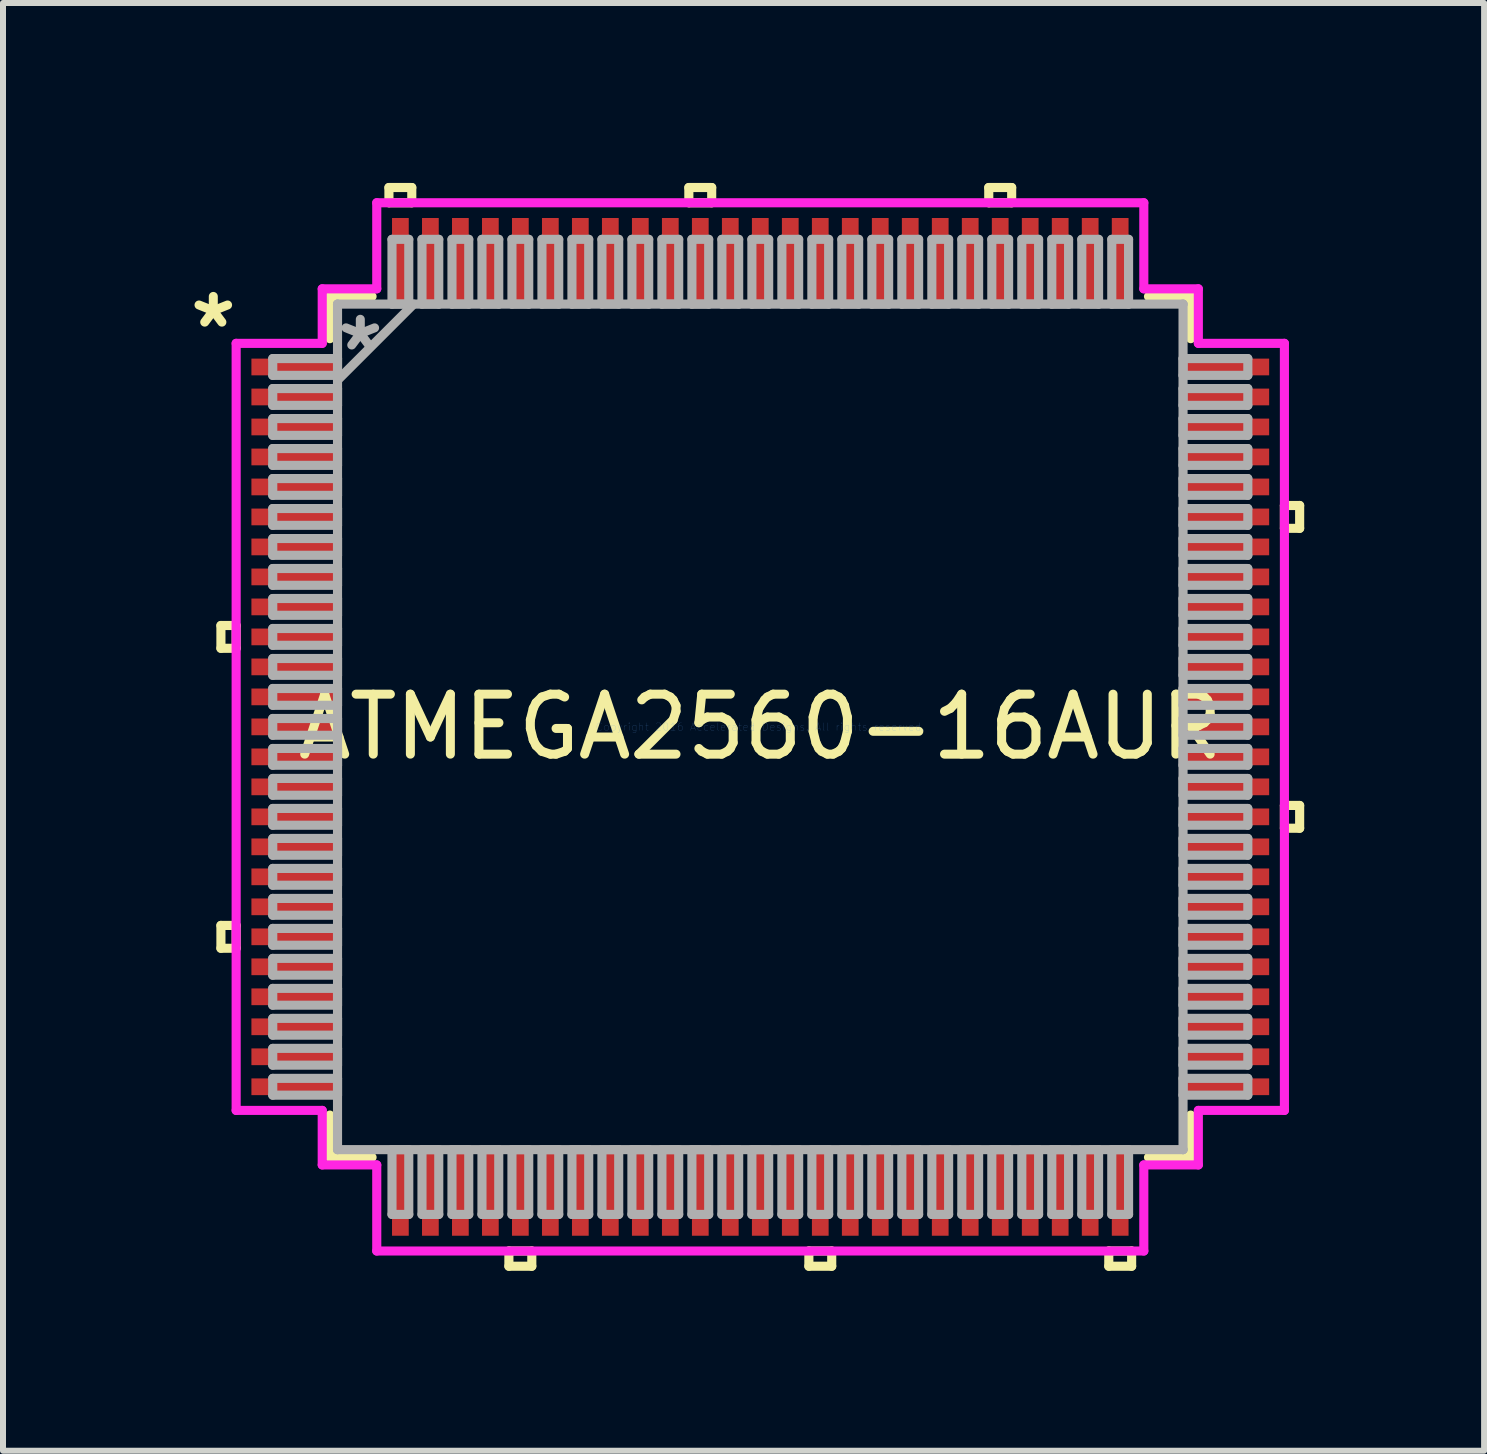
<source format=kicad_pcb>
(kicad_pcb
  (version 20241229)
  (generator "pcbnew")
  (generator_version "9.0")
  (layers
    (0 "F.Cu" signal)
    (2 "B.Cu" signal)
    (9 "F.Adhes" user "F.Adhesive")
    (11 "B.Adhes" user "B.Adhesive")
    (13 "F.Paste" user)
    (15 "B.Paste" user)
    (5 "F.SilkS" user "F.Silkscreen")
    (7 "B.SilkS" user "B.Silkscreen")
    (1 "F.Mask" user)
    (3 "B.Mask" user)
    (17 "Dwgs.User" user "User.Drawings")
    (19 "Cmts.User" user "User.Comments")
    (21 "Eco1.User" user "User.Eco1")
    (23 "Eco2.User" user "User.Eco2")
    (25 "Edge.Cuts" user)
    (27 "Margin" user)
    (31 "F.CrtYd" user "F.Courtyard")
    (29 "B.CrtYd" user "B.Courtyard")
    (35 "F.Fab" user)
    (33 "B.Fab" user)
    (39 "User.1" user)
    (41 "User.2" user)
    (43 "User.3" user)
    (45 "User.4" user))
  (footprint "ATMEGA2560-16AUR"
    (layer "F.Cu")
    (at 9.625 9.068)
    (property "Reference" "ATMEGA2560-16AUR" (at 0 0 0) (layer "F.SilkS") (effects (font (size 1 1) (thickness 0.15))))
    (attr through_hole)
    (fp_line (start -8.992 -1.69) (end -8.992 -1.31) (stroke (width 0.152) (type solid)) (layer "F.SilkS"))
    (fp_line (start -8.992 -1.31) (end -8.738 -1.31) (stroke (width 0.152) (type solid)) (layer "F.SilkS"))
    (fp_line (start -8.992 3.31) (end -8.992 3.691) (stroke (width 0.152) (type solid)) (layer "F.SilkS"))
    (fp_line (start -8.992 3.691) (end -8.738 3.691) (stroke (width 0.152) (type solid)) (layer "F.SilkS"))
    (fp_line (start -8.738 -1.69) (end -8.992 -1.69) (stroke (width 0.152) (type solid)) (layer "F.SilkS"))
    (fp_line (start -8.738 -1.31) (end -8.738 -1.69) (stroke (width 0.152) (type solid)) (layer "F.SilkS"))
    (fp_line (start -8.738 3.31) (end -8.992 3.31) (stroke (width 0.152) (type solid)) (layer "F.SilkS"))
    (fp_line (start -8.738 3.691) (end -8.738 3.31) (stroke (width 0.152) (type solid)) (layer "F.SilkS"))
    (fp_line (start -7.176 -7.176) (end -7.176 -6.472) (stroke (width 0.152) (type solid)) (layer "F.SilkS"))
    (fp_line (start -7.176 6.472) (end -7.176 7.176) (stroke (width 0.152) (type solid)) (layer "F.SilkS"))
    (fp_line (start -7.176 7.176) (end -6.472 7.176) (stroke (width 0.152) (type solid)) (layer "F.SilkS"))
    (fp_line (start -6.472 -7.176) (end -7.176 -7.176) (stroke (width 0.152) (type solid)) (layer "F.SilkS"))
    (fp_line (start -6.191 -8.992) (end -5.81 -8.992) (stroke (width 0.152) (type solid)) (layer "F.SilkS"))
    (fp_line (start -6.191 -8.738) (end -6.191 -8.992) (stroke (width 0.152) (type solid)) (layer "F.SilkS"))
    (fp_line (start -5.81 -8.992) (end -5.81 -8.738) (stroke (width 0.152) (type solid)) (layer "F.SilkS"))
    (fp_line (start -5.81 -8.738) (end -6.191 -8.738) (stroke (width 0.152) (type solid)) (layer "F.SilkS"))
    (fp_line (start -4.191 8.738) (end -4.191 8.992) (stroke (width 0.152) (type solid)) (layer "F.SilkS"))
    (fp_line (start -4.191 8.992) (end -3.809 8.992) (stroke (width 0.152) (type solid)) (layer "F.SilkS"))
    (fp_line (start -3.809 8.738) (end -4.191 8.738) (stroke (width 0.152) (type solid)) (layer "F.SilkS"))
    (fp_line (start -3.809 8.992) (end -3.809 8.738) (stroke (width 0.152) (type solid)) (layer "F.SilkS"))
    (fp_line (start -1.191 -8.992) (end -0.81 -8.992) (stroke (width 0.152) (type solid)) (layer "F.SilkS"))
    (fp_line (start -1.191 -8.738) (end -1.191 -8.992) (stroke (width 0.152) (type solid)) (layer "F.SilkS"))
    (fp_line (start -0.81 -8.992) (end -0.81 -8.738) (stroke (width 0.152) (type solid)) (layer "F.SilkS"))
    (fp_line (start -0.81 -8.738) (end -1.191 -8.738) (stroke (width 0.152) (type solid)) (layer "F.SilkS"))
    (fp_line (start 0.81 8.738) (end 0.81 8.992) (stroke (width 0.152) (type solid)) (layer "F.SilkS"))
    (fp_line (start 0.81 8.992) (end 1.191 8.992) (stroke (width 0.152) (type solid)) (layer "F.SilkS"))
    (fp_line (start 1.191 8.738) (end 0.81 8.738) (stroke (width 0.152) (type solid)) (layer "F.SilkS"))
    (fp_line (start 1.191 8.992) (end 1.191 8.738) (stroke (width 0.152) (type solid)) (layer "F.SilkS"))
    (fp_line (start 3.809 -8.992) (end 4.191 -8.992) (stroke (width 0.152) (type solid)) (layer "F.SilkS"))
    (fp_line (start 3.809 -8.738) (end 3.809 -8.992) (stroke (width 0.152) (type solid)) (layer "F.SilkS"))
    (fp_line (start 4.191 -8.992) (end 4.191 -8.738) (stroke (width 0.152) (type solid)) (layer "F.SilkS"))
    (fp_line (start 4.191 -8.738) (end 3.809 -8.738) (stroke (width 0.152) (type solid)) (layer "F.SilkS"))
    (fp_line (start 5.81 8.738) (end 5.81 8.992) (stroke (width 0.152) (type solid)) (layer "F.SilkS"))
    (fp_line (start 5.81 8.992) (end 6.191 8.992) (stroke (width 0.152) (type solid)) (layer "F.SilkS"))
    (fp_line (start 6.191 8.738) (end 5.81 8.738) (stroke (width 0.152) (type solid)) (layer "F.SilkS"))
    (fp_line (start 6.191 8.992) (end 6.191 8.738) (stroke (width 0.152) (type solid)) (layer "F.SilkS"))
    (fp_line (start 6.472 7.176) (end 7.176 7.176) (stroke (width 0.152) (type solid)) (layer "F.SilkS"))
    (fp_line (start 7.176 -7.176) (end 6.472 -7.176) (stroke (width 0.152) (type solid)) (layer "F.SilkS"))
    (fp_line (start 7.176 -6.472) (end 7.176 -7.176) (stroke (width 0.152) (type solid)) (layer "F.SilkS"))
    (fp_line (start 7.176 7.176) (end 7.176 6.472) (stroke (width 0.152) (type solid)) (layer "F.SilkS"))
    (fp_line (start 8.738 -3.691) (end 8.992 -3.691) (stroke (width 0.152) (type solid)) (layer "F.SilkS"))
    (fp_line (start 8.738 -3.31) (end 8.738 -3.691) (stroke (width 0.152) (type solid)) (layer "F.SilkS"))
    (fp_line (start 8.738 1.31) (end 8.992 1.31) (stroke (width 0.152) (type solid)) (layer "F.SilkS"))
    (fp_line (start 8.738 1.69) (end 8.738 1.31) (stroke (width 0.152) (type solid)) (layer "F.SilkS"))
    (fp_line (start 8.992 -3.691) (end 8.992 -3.31) (stroke (width 0.152) (type solid)) (layer "F.SilkS"))
    (fp_line (start 8.992 -3.31) (end 8.738 -3.31) (stroke (width 0.152) (type solid)) (layer "F.SilkS"))
    (fp_line (start 8.992 1.31) (end 8.992 1.69) (stroke (width 0.152) (type solid)) (layer "F.SilkS"))
    (fp_line (start 8.992 1.69) (end 8.738 1.69) (stroke (width 0.152) (type solid)) (layer "F.SilkS"))
    (fp_line (start -8.738 -6.394) (end -7.303 -6.394) (stroke (width 0.152) (type solid)) (layer "F.CrtYd"))
    (fp_line (start -8.738 6.394) (end -8.738 -6.394) (stroke (width 0.152) (type solid)) (layer "F.CrtYd"))
    (fp_line (start -7.303 -7.303) (end -6.394 -7.303) (stroke (width 0.152) (type solid)) (layer "F.CrtYd"))
    (fp_line (start -7.303 -6.394) (end -7.303 -7.303) (stroke (width 0.152) (type solid)) (layer "F.CrtYd"))
    (fp_line (start -7.303 6.394) (end -8.738 6.394) (stroke (width 0.152) (type solid)) (layer "F.CrtYd"))
    (fp_line (start -7.303 7.303) (end -7.303 6.394) (stroke (width 0.152) (type solid)) (layer "F.CrtYd"))
    (fp_line (start -6.394 -8.738) (end 6.394 -8.738) (stroke (width 0.152) (type solid)) (layer "F.CrtYd"))
    (fp_line (start -6.394 -7.303) (end -6.394 -8.738) (stroke (width 0.152) (type solid)) (layer "F.CrtYd"))
    (fp_line (start -6.394 7.303) (end -7.303 7.303) (stroke (width 0.152) (type solid)) (layer "F.CrtYd"))
    (fp_line (start -6.394 8.738) (end -6.394 7.303) (stroke (width 0.152) (type solid)) (layer "F.CrtYd"))
    (fp_line (start 6.394 -8.738) (end 6.394 -7.303) (stroke (width 0.152) (type solid)) (layer "F.CrtYd"))
    (fp_line (start 6.394 -7.303) (end 7.303 -7.303) (stroke (width 0.152) (type solid)) (layer "F.CrtYd"))
    (fp_line (start 6.394 7.303) (end 6.394 8.738) (stroke (width 0.152) (type solid)) (layer "F.CrtYd"))
    (fp_line (start 6.394 8.738) (end -6.394 8.738) (stroke (width 0.152) (type solid)) (layer "F.CrtYd"))
    (fp_line (start 7.303 -7.303) (end 7.303 -6.394) (stroke (width 0.152) (type solid)) (layer "F.CrtYd"))
    (fp_line (start 7.303 -6.394) (end 8.738 -6.394) (stroke (width 0.152) (type solid)) (layer "F.CrtYd"))
    (fp_line (start 7.303 6.394) (end 7.303 7.303) (stroke (width 0.152) (type solid)) (layer "F.CrtYd"))
    (fp_line (start 7.303 7.303) (end 6.394 7.303) (stroke (width 0.152) (type solid)) (layer "F.CrtYd"))
    (fp_line (start 8.738 -6.394) (end 8.738 6.394) (stroke (width 0.152) (type solid)) (layer "F.CrtYd"))
    (fp_line (start 8.738 6.394) (end 7.303 6.394) (stroke (width 0.152) (type solid)) (layer "F.CrtYd"))
    (fp_line (start -8.128 -6.14) (end -8.128 -5.86) (stroke (width 0.152) (type solid)) (layer "F.Fab"))
    (fp_line (start -8.128 -5.86) (end -7.048 -5.86) (stroke (width 0.152) (type solid)) (layer "F.Fab"))
    (fp_line (start -8.128 -5.64) (end -8.128 -5.36) (stroke (width 0.152) (type solid)) (layer "F.Fab"))
    (fp_line (start -8.128 -5.36) (end -7.048 -5.36) (stroke (width 0.152) (type solid)) (layer "F.Fab"))
    (fp_line (start -8.128 -5.14) (end -8.128 -4.86) (stroke (width 0.152) (type solid)) (layer "F.Fab"))
    (fp_line (start -8.128 -4.86) (end -7.048 -4.86) (stroke (width 0.152) (type solid)) (layer "F.Fab"))
    (fp_line (start -8.128 -4.64) (end -8.128 -4.36) (stroke (width 0.152) (type solid)) (layer "F.Fab"))
    (fp_line (start -8.128 -4.36) (end -7.048 -4.36) (stroke (width 0.152) (type solid)) (layer "F.Fab"))
    (fp_line (start -8.128 -4.14) (end -8.128 -3.86) (stroke (width 0.152) (type solid)) (layer "F.Fab"))
    (fp_line (start -8.128 -3.86) (end -7.048 -3.86) (stroke (width 0.152) (type solid)) (layer "F.Fab"))
    (fp_line (start -8.128 -3.64) (end -8.128 -3.36) (stroke (width 0.152) (type solid)) (layer "F.Fab"))
    (fp_line (start -8.128 -3.36) (end -7.048 -3.36) (stroke (width 0.152) (type solid)) (layer "F.Fab"))
    (fp_line (start -8.128 -3.14) (end -8.128 -2.86) (stroke (width 0.152) (type solid)) (layer "F.Fab"))
    (fp_line (start -8.128 -2.86) (end -7.048 -2.86) (stroke (width 0.152) (type solid)) (layer "F.Fab"))
    (fp_line (start -8.128 -2.64) (end -8.128 -2.36) (stroke (width 0.152) (type solid)) (layer "F.Fab"))
    (fp_line (start -8.128 -2.36) (end -7.048 -2.36) (stroke (width 0.152) (type solid)) (layer "F.Fab"))
    (fp_line (start -8.128 -2.14) (end -8.128 -1.86) (stroke (width 0.152) (type solid)) (layer "F.Fab"))
    (fp_line (start -8.128 -1.86) (end -7.048 -1.86) (stroke (width 0.152) (type solid)) (layer "F.Fab"))
    (fp_line (start -8.128 -1.64) (end -8.128 -1.36) (stroke (width 0.152) (type solid)) (layer "F.Fab"))
    (fp_line (start -8.128 -1.36) (end -7.048 -1.36) (stroke (width 0.152) (type solid)) (layer "F.Fab"))
    (fp_line (start -8.128 -1.14) (end -8.128 -0.86) (stroke (width 0.152) (type solid)) (layer "F.Fab"))
    (fp_line (start -8.128 -0.86) (end -7.048 -0.86) (stroke (width 0.152) (type solid)) (layer "F.Fab"))
    (fp_line (start -8.128 -0.64) (end -8.128 -0.36) (stroke (width 0.152) (type solid)) (layer "F.Fab"))
    (fp_line (start -8.128 -0.36) (end -7.048 -0.36) (stroke (width 0.152) (type solid)) (layer "F.Fab"))
    (fp_line (start -8.128 -0.14) (end -8.128 0.14) (stroke (width 0.152) (type solid)) (layer "F.Fab"))
    (fp_line (start -8.128 0.14) (end -7.048 0.14) (stroke (width 0.152) (type solid)) (layer "F.Fab"))
    (fp_line (start -8.128 0.36) (end -8.128 0.64) (stroke (width 0.152) (type solid)) (layer "F.Fab"))
    (fp_line (start -8.128 0.64) (end -7.048 0.64) (stroke (width 0.152) (type solid)) (layer "F.Fab"))
    (fp_line (start -8.128 0.86) (end -8.128 1.14) (stroke (width 0.152) (type solid)) (layer "F.Fab"))
    (fp_line (start -8.128 1.14) (end -7.048 1.14) (stroke (width 0.152) (type solid)) (layer "F.Fab"))
    (fp_line (start -8.128 1.36) (end -8.128 1.64) (stroke (width 0.152) (type solid)) (layer "F.Fab"))
    (fp_line (start -8.128 1.64) (end -7.048 1.64) (stroke (width 0.152) (type solid)) (layer "F.Fab"))
    (fp_line (start -8.128 1.86) (end -8.128 2.14) (stroke (width 0.152) (type solid)) (layer "F.Fab"))
    (fp_line (start -8.128 2.14) (end -7.048 2.14) (stroke (width 0.152) (type solid)) (layer "F.Fab"))
    (fp_line (start -8.128 2.36) (end -8.128 2.64) (stroke (width 0.152) (type solid)) (layer "F.Fab"))
    (fp_line (start -8.128 2.64) (end -7.048 2.64) (stroke (width 0.152) (type solid)) (layer "F.Fab"))
    (fp_line (start -8.128 2.86) (end -8.128 3.14) (stroke (width 0.152) (type solid)) (layer "F.Fab"))
    (fp_line (start -8.128 3.14) (end -7.048 3.14) (stroke (width 0.152) (type solid)) (layer "F.Fab"))
    (fp_line (start -8.128 3.36) (end -8.128 3.64) (stroke (width 0.152) (type solid)) (layer "F.Fab"))
    (fp_line (start -8.128 3.64) (end -7.048 3.64) (stroke (width 0.152) (type solid)) (layer "F.Fab"))
    (fp_line (start -8.128 3.86) (end -8.128 4.14) (stroke (width 0.152) (type solid)) (layer "F.Fab"))
    (fp_line (start -8.128 4.14) (end -7.048 4.14) (stroke (width 0.152) (type solid)) (layer "F.Fab"))
    (fp_line (start -8.128 4.36) (end -8.128 4.64) (stroke (width 0.152) (type solid)) (layer "F.Fab"))
    (fp_line (start -8.128 4.64) (end -7.048 4.64) (stroke (width 0.152) (type solid)) (layer "F.Fab"))
    (fp_line (start -8.128 4.86) (end -8.128 5.14) (stroke (width 0.152) (type solid)) (layer "F.Fab"))
    (fp_line (start -8.128 5.14) (end -7.048 5.14) (stroke (width 0.152) (type solid)) (layer "F.Fab"))
    (fp_line (start -8.128 5.36) (end -8.128 5.64) (stroke (width 0.152) (type solid)) (layer "F.Fab"))
    (fp_line (start -8.128 5.64) (end -7.048 5.64) (stroke (width 0.152) (type solid)) (layer "F.Fab"))
    (fp_line (start -8.128 5.86) (end -8.128 6.14) (stroke (width 0.152) (type solid)) (layer "F.Fab"))
    (fp_line (start -8.128 6.14) (end -7.048 6.14) (stroke (width 0.152) (type solid)) (layer "F.Fab"))
    (fp_line (start -7.048 -7.048) (end -7.048 -7.048) (stroke (width 0.152) (type solid)) (layer "F.Fab"))
    (fp_line (start -7.048 -7.048) (end -7.048 7.048) (stroke (width 0.152) (type solid)) (layer "F.Fab"))
    (fp_line (start -7.048 -6.14) (end -8.128 -6.14) (stroke (width 0.152) (type solid)) (layer "F.Fab"))
    (fp_line (start -7.048 -5.86) (end -7.048 -6.14) (stroke (width 0.152) (type solid)) (layer "F.Fab"))
    (fp_line (start -7.048 -5.779) (end -5.779 -7.048) (stroke (width 0.152) (type solid)) (layer "F.Fab"))
    (fp_line (start -7.048 -5.64) (end -8.128 -5.64) (stroke (width 0.152) (type solid)) (layer "F.Fab"))
    (fp_line (start -7.048 -5.36) (end -7.048 -5.64) (stroke (width 0.152) (type solid)) (layer "F.Fab"))
    (fp_line (start -7.048 -5.14) (end -8.128 -5.14) (stroke (width 0.152) (type solid)) (layer "F.Fab"))
    (fp_line (start -7.048 -4.86) (end -7.048 -5.14) (stroke (width 0.152) (type solid)) (layer "F.Fab"))
    (fp_line (start -7.048 -4.64) (end -8.128 -4.64) (stroke (width 0.152) (type solid)) (layer "F.Fab"))
    (fp_line (start -7.048 -4.36) (end -7.048 -4.64) (stroke (width 0.152) (type solid)) (layer "F.Fab"))
    (fp_line (start -7.048 -4.14) (end -8.128 -4.14) (stroke (width 0.152) (type solid)) (layer "F.Fab"))
    (fp_line (start -7.048 -3.86) (end -7.048 -4.14) (stroke (width 0.152) (type solid)) (layer "F.Fab"))
    (fp_line (start -7.048 -3.64) (end -8.128 -3.64) (stroke (width 0.152) (type solid)) (layer "F.Fab"))
    (fp_line (start -7.048 -3.36) (end -7.048 -3.64) (stroke (width 0.152) (type solid)) (layer "F.Fab"))
    (fp_line (start -7.048 -3.14) (end -8.128 -3.14) (stroke (width 0.152) (type solid)) (layer "F.Fab"))
    (fp_line (start -7.048 -2.86) (end -7.048 -3.14) (stroke (width 0.152) (type solid)) (layer "F.Fab"))
    (fp_line (start -7.048 -2.64) (end -8.128 -2.64) (stroke (width 0.152) (type solid)) (layer "F.Fab"))
    (fp_line (start -7.048 -2.36) (end -7.048 -2.64) (stroke (width 0.152) (type solid)) (layer "F.Fab"))
    (fp_line (start -7.048 -2.14) (end -8.128 -2.14) (stroke (width 0.152) (type solid)) (layer "F.Fab"))
    (fp_line (start -7.048 -1.86) (end -7.048 -2.14) (stroke (width 0.152) (type solid)) (layer "F.Fab"))
    (fp_line (start -7.048 -1.64) (end -8.128 -1.64) (stroke (width 0.152) (type solid)) (layer "F.Fab"))
    (fp_line (start -7.048 -1.36) (end -7.048 -1.64) (stroke (width 0.152) (type solid)) (layer "F.Fab"))
    (fp_line (start -7.048 -1.14) (end -8.128 -1.14) (stroke (width 0.152) (type solid)) (layer "F.Fab"))
    (fp_line (start -7.048 -0.86) (end -7.048 -1.14) (stroke (width 0.152) (type solid)) (layer "F.Fab"))
    (fp_line (start -7.048 -0.64) (end -8.128 -0.64) (stroke (width 0.152) (type solid)) (layer "F.Fab"))
    (fp_line (start -7.048 -0.36) (end -7.048 -0.64) (stroke (width 0.152) (type solid)) (layer "F.Fab"))
    (fp_line (start -7.048 -0.14) (end -8.128 -0.14) (stroke (width 0.152) (type solid)) (layer "F.Fab"))
    (fp_line (start -7.048 0.14) (end -7.048 -0.14) (stroke (width 0.152) (type solid)) (layer "F.Fab"))
    (fp_line (start -7.048 0.36) (end -8.128 0.36) (stroke (width 0.152) (type solid)) (layer "F.Fab"))
    (fp_line (start -7.048 0.64) (end -7.048 0.36) (stroke (width 0.152) (type solid)) (layer "F.Fab"))
    (fp_line (start -7.048 0.86) (end -8.128 0.86) (stroke (width 0.152) (type solid)) (layer "F.Fab"))
    (fp_line (start -7.048 1.14) (end -7.048 0.86) (stroke (width 0.152) (type solid)) (layer "F.Fab"))
    (fp_line (start -7.048 1.36) (end -8.128 1.36) (stroke (width 0.152) (type solid)) (layer "F.Fab"))
    (fp_line (start -7.048 1.64) (end -7.048 1.36) (stroke (width 0.152) (type solid)) (layer "F.Fab"))
    (fp_line (start -7.048 1.86) (end -8.128 1.86) (stroke (width 0.152) (type solid)) (layer "F.Fab"))
    (fp_line (start -7.048 2.14) (end -7.048 1.86) (stroke (width 0.152) (type solid)) (layer "F.Fab"))
    (fp_line (start -7.048 2.36) (end -8.128 2.36) (stroke (width 0.152) (type solid)) (layer "F.Fab"))
    (fp_line (start -7.048 2.64) (end -7.048 2.36) (stroke (width 0.152) (type solid)) (layer "F.Fab"))
    (fp_line (start -7.048 2.86) (end -8.128 2.86) (stroke (width 0.152) (type solid)) (layer "F.Fab"))
    (fp_line (start -7.048 3.14) (end -7.048 2.86) (stroke (width 0.152) (type solid)) (layer "F.Fab"))
    (fp_line (start -7.048 3.36) (end -8.128 3.36) (stroke (width 0.152) (type solid)) (layer "F.Fab"))
    (fp_line (start -7.048 3.64) (end -7.048 3.36) (stroke (width 0.152) (type solid)) (layer "F.Fab"))
    (fp_line (start -7.048 3.86) (end -8.128 3.86) (stroke (width 0.152) (type solid)) (layer "F.Fab"))
    (fp_line (start -7.048 4.14) (end -7.048 3.86) (stroke (width 0.152) (type solid)) (layer "F.Fab"))
    (fp_line (start -7.048 4.36) (end -8.128 4.36) (stroke (width 0.152) (type solid)) (layer "F.Fab"))
    (fp_line (start -7.048 4.64) (end -7.048 4.36) (stroke (width 0.152) (type solid)) (layer "F.Fab"))
    (fp_line (start -7.048 4.86) (end -8.128 4.86) (stroke (width 0.152) (type solid)) (layer "F.Fab"))
    (fp_line (start -7.048 5.14) (end -7.048 4.86) (stroke (width 0.152) (type solid)) (layer "F.Fab"))
    (fp_line (start -7.048 5.36) (end -8.128 5.36) (stroke (width 0.152) (type solid)) (layer "F.Fab"))
    (fp_line (start -7.048 5.64) (end -7.048 5.36) (stroke (width 0.152) (type solid)) (layer "F.Fab"))
    (fp_line (start -7.048 5.86) (end -8.128 5.86) (stroke (width 0.152) (type solid)) (layer "F.Fab"))
    (fp_line (start -7.048 6.14) (end -7.048 5.86) (stroke (width 0.152) (type solid)) (layer "F.Fab"))
    (fp_line (start -7.048 7.048) (end -7.048 7.048) (stroke (width 0.152) (type solid)) (layer "F.Fab"))
    (fp_line (start -7.048 7.048) (end 7.048 7.048) (stroke (width 0.152) (type solid)) (layer "F.Fab"))
    (fp_line (start -6.14 -8.128) (end -6.14 -7.048) (stroke (width 0.152) (type solid)) (layer "F.Fab"))
    (fp_line (start -6.14 -7.048) (end -5.86 -7.048) (stroke (width 0.152) (type solid)) (layer "F.Fab"))
    (fp_line (start -6.14 7.048) (end -6.14 8.128) (stroke (width 0.152) (type solid)) (layer "F.Fab"))
    (fp_line (start -6.14 8.128) (end -5.86 8.128) (stroke (width 0.152) (type solid)) (layer "F.Fab"))
    (fp_line (start -5.86 -8.128) (end -6.14 -8.128) (stroke (width 0.152) (type solid)) (layer "F.Fab"))
    (fp_line (start -5.86 -7.048) (end -5.86 -8.128) (stroke (width 0.152) (type solid)) (layer "F.Fab"))
    (fp_line (start -5.86 7.048) (end -6.14 7.048) (stroke (width 0.152) (type solid)) (layer "F.Fab"))
    (fp_line (start -5.86 8.128) (end -5.86 7.048) (stroke (width 0.152) (type solid)) (layer "F.Fab"))
    (fp_line (start -5.64 -8.128) (end -5.64 -7.048) (stroke (width 0.152) (type solid)) (layer "F.Fab"))
    (fp_line (start -5.64 -7.048) (end -5.36 -7.048) (stroke (width 0.152) (type solid)) (layer "F.Fab"))
    (fp_line (start -5.64 7.048) (end -5.64 8.128) (stroke (width 0.152) (type solid)) (layer "F.Fab"))
    (fp_line (start -5.64 8.128) (end -5.36 8.128) (stroke (width 0.152) (type solid)) (layer "F.Fab"))
    (fp_line (start -5.36 -8.128) (end -5.64 -8.128) (stroke (width 0.152) (type solid)) (layer "F.Fab"))
    (fp_line (start -5.36 -7.048) (end -5.36 -8.128) (stroke (width 0.152) (type solid)) (layer "F.Fab"))
    (fp_line (start -5.36 7.048) (end -5.64 7.048) (stroke (width 0.152) (type solid)) (layer "F.Fab"))
    (fp_line (start -5.36 8.128) (end -5.36 7.048) (stroke (width 0.152) (type solid)) (layer "F.Fab"))
    (fp_line (start -5.14 -8.128) (end -5.14 -7.048) (stroke (width 0.152) (type solid)) (layer "F.Fab"))
    (fp_line (start -5.14 -7.048) (end -4.86 -7.048) (stroke (width 0.152) (type solid)) (layer "F.Fab"))
    (fp_line (start -5.14 7.048) (end -5.14 8.128) (stroke (width 0.152) (type solid)) (layer "F.Fab"))
    (fp_line (start -5.14 8.128) (end -4.86 8.128) (stroke (width 0.152) (type solid)) (layer "F.Fab"))
    (fp_line (start -4.86 -8.128) (end -5.14 -8.128) (stroke (width 0.152) (type solid)) (layer "F.Fab"))
    (fp_line (start -4.86 -7.048) (end -4.86 -8.128) (stroke (width 0.152) (type solid)) (layer "F.Fab"))
    (fp_line (start -4.86 7.048) (end -5.14 7.048) (stroke (width 0.152) (type solid)) (layer "F.Fab"))
    (fp_line (start -4.86 8.128) (end -4.86 7.048) (stroke (width 0.152) (type solid)) (layer "F.Fab"))
    (fp_line (start -4.64 -8.128) (end -4.64 -7.048) (stroke (width 0.152) (type solid)) (layer "F.Fab"))
    (fp_line (start -4.64 -7.048) (end -4.36 -7.048) (stroke (width 0.152) (type solid)) (layer "F.Fab"))
    (fp_line (start -4.64 7.048) (end -4.64 8.128) (stroke (width 0.152) (type solid)) (layer "F.Fab"))
    (fp_line (start -4.64 8.128) (end -4.36 8.128) (stroke (width 0.152) (type solid)) (layer "F.Fab"))
    (fp_line (start -4.36 -8.128) (end -4.64 -8.128) (stroke (width 0.152) (type solid)) (layer "F.Fab"))
    (fp_line (start -4.36 -7.048) (end -4.36 -8.128) (stroke (width 0.152) (type solid)) (layer "F.Fab"))
    (fp_line (start -4.36 7.048) (end -4.64 7.048) (stroke (width 0.152) (type solid)) (layer "F.Fab"))
    (fp_line (start -4.36 8.128) (end -4.36 7.048) (stroke (width 0.152) (type solid)) (layer "F.Fab"))
    (fp_line (start -4.14 -8.128) (end -4.14 -7.048) (stroke (width 0.152) (type solid)) (layer "F.Fab"))
    (fp_line (start -4.14 -7.048) (end -3.86 -7.048) (stroke (width 0.152) (type solid)) (layer "F.Fab"))
    (fp_line (start -4.14 7.048) (end -4.14 8.128) (stroke (width 0.152) (type solid)) (layer "F.Fab"))
    (fp_line (start -4.14 8.128) (end -3.86 8.128) (stroke (width 0.152) (type solid)) (layer "F.Fab"))
    (fp_line (start -3.86 -8.128) (end -4.14 -8.128) (stroke (width 0.152) (type solid)) (layer "F.Fab"))
    (fp_line (start -3.86 -7.048) (end -3.86 -8.128) (stroke (width 0.152) (type solid)) (layer "F.Fab"))
    (fp_line (start -3.86 7.048) (end -4.14 7.048) (stroke (width 0.152) (type solid)) (layer "F.Fab"))
    (fp_line (start -3.86 8.128) (end -3.86 7.048) (stroke (width 0.152) (type solid)) (layer "F.Fab"))
    (fp_line (start -3.64 -8.128) (end -3.64 -7.048) (stroke (width 0.152) (type solid)) (layer "F.Fab"))
    (fp_line (start -3.64 -7.048) (end -3.36 -7.048) (stroke (width 0.152) (type solid)) (layer "F.Fab"))
    (fp_line (start -3.64 7.048) (end -3.64 8.128) (stroke (width 0.152) (type solid)) (layer "F.Fab"))
    (fp_line (start -3.64 8.128) (end -3.36 8.128) (stroke (width 0.152) (type solid)) (layer "F.Fab"))
    (fp_line (start -3.36 -8.128) (end -3.64 -8.128) (stroke (width 0.152) (type solid)) (layer "F.Fab"))
    (fp_line (start -3.36 -7.048) (end -3.36 -8.128) (stroke (width 0.152) (type solid)) (layer "F.Fab"))
    (fp_line (start -3.36 7.048) (end -3.64 7.048) (stroke (width 0.152) (type solid)) (layer "F.Fab"))
    (fp_line (start -3.36 8.128) (end -3.36 7.048) (stroke (width 0.152) (type solid)) (layer "F.Fab"))
    (fp_line (start -3.14 -8.128) (end -3.14 -7.048) (stroke (width 0.152) (type solid)) (layer "F.Fab"))
    (fp_line (start -3.14 -7.048) (end -2.86 -7.048) (stroke (width 0.152) (type solid)) (layer "F.Fab"))
    (fp_line (start -3.14 7.048) (end -3.14 8.128) (stroke (width 0.152) (type solid)) (layer "F.Fab"))
    (fp_line (start -3.14 8.128) (end -2.86 8.128) (stroke (width 0.152) (type solid)) (layer "F.Fab"))
    (fp_line (start -2.86 -8.128) (end -3.14 -8.128) (stroke (width 0.152) (type solid)) (layer "F.Fab"))
    (fp_line (start -2.86 -7.048) (end -2.86 -8.128) (stroke (width 0.152) (type solid)) (layer "F.Fab"))
    (fp_line (start -2.86 7.048) (end -3.14 7.048) (stroke (width 0.152) (type solid)) (layer "F.Fab"))
    (fp_line (start -2.86 8.128) (end -2.86 7.048) (stroke (width 0.152) (type solid)) (layer "F.Fab"))
    (fp_line (start -2.64 -8.128) (end -2.64 -7.048) (stroke (width 0.152) (type solid)) (layer "F.Fab"))
    (fp_line (start -2.64 -7.048) (end -2.36 -7.048) (stroke (width 0.152) (type solid)) (layer "F.Fab"))
    (fp_line (start -2.64 7.048) (end -2.64 8.128) (stroke (width 0.152) (type solid)) (layer "F.Fab"))
    (fp_line (start -2.64 8.128) (end -2.36 8.128) (stroke (width 0.152) (type solid)) (layer "F.Fab"))
    (fp_line (start -2.36 -8.128) (end -2.64 -8.128) (stroke (width 0.152) (type solid)) (layer "F.Fab"))
    (fp_line (start -2.36 -7.048) (end -2.36 -8.128) (stroke (width 0.152) (type solid)) (layer "F.Fab"))
    (fp_line (start -2.36 7.048) (end -2.64 7.048) (stroke (width 0.152) (type solid)) (layer "F.Fab"))
    (fp_line (start -2.36 8.128) (end -2.36 7.048) (stroke (width 0.152) (type solid)) (layer "F.Fab"))
    (fp_line (start -2.14 -8.128) (end -2.14 -7.048) (stroke (width 0.152) (type solid)) (layer "F.Fab"))
    (fp_line (start -2.14 -7.048) (end -1.86 -7.048) (stroke (width 0.152) (type solid)) (layer "F.Fab"))
    (fp_line (start -2.14 7.048) (end -2.14 8.128) (stroke (width 0.152) (type solid)) (layer "F.Fab"))
    (fp_line (start -2.14 8.128) (end -1.86 8.128) (stroke (width 0.152) (type solid)) (layer "F.Fab"))
    (fp_line (start -1.86 -8.128) (end -2.14 -8.128) (stroke (width 0.152) (type solid)) (layer "F.Fab"))
    (fp_line (start -1.86 -7.048) (end -1.86 -8.128) (stroke (width 0.152) (type solid)) (layer "F.Fab"))
    (fp_line (start -1.86 7.048) (end -2.14 7.048) (stroke (width 0.152) (type solid)) (layer "F.Fab"))
    (fp_line (start -1.86 8.128) (end -1.86 7.048) (stroke (width 0.152) (type solid)) (layer "F.Fab"))
    (fp_line (start -1.64 -8.128) (end -1.64 -7.048) (stroke (width 0.152) (type solid)) (layer "F.Fab"))
    (fp_line (start -1.64 -7.048) (end -1.36 -7.048) (stroke (width 0.152) (type solid)) (layer "F.Fab"))
    (fp_line (start -1.64 7.048) (end -1.64 8.128) (stroke (width 0.152) (type solid)) (layer "F.Fab"))
    (fp_line (start -1.64 8.128) (end -1.36 8.128) (stroke (width 0.152) (type solid)) (layer "F.Fab"))
    (fp_line (start -1.36 -8.128) (end -1.64 -8.128) (stroke (width 0.152) (type solid)) (layer "F.Fab"))
    (fp_line (start -1.36 -7.048) (end -1.36 -8.128) (stroke (width 0.152) (type solid)) (layer "F.Fab"))
    (fp_line (start -1.36 7.048) (end -1.64 7.048) (stroke (width 0.152) (type solid)) (layer "F.Fab"))
    (fp_line (start -1.36 8.128) (end -1.36 7.048) (stroke (width 0.152) (type solid)) (layer "F.Fab"))
    (fp_line (start -1.14 -8.128) (end -1.14 -7.048) (stroke (width 0.152) (type solid)) (layer "F.Fab"))
    (fp_line (start -1.14 -7.048) (end -0.86 -7.048) (stroke (width 0.152) (type solid)) (layer "F.Fab"))
    (fp_line (start -1.14 7.048) (end -1.14 8.128) (stroke (width 0.152) (type solid)) (layer "F.Fab"))
    (fp_line (start -1.14 8.128) (end -0.86 8.128) (stroke (width 0.152) (type solid)) (layer "F.Fab"))
    (fp_line (start -0.86 -8.128) (end -1.14 -8.128) (stroke (width 0.152) (type solid)) (layer "F.Fab"))
    (fp_line (start -0.86 -7.048) (end -0.86 -8.128) (stroke (width 0.152) (type solid)) (layer "F.Fab"))
    (fp_line (start -0.86 7.048) (end -1.14 7.048) (stroke (width 0.152) (type solid)) (layer "F.Fab"))
    (fp_line (start -0.86 8.128) (end -0.86 7.048) (stroke (width 0.152) (type solid)) (layer "F.Fab"))
    (fp_line (start -0.64 -8.128) (end -0.64 -7.048) (stroke (width 0.152) (type solid)) (layer "F.Fab"))
    (fp_line (start -0.64 -7.048) (end -0.36 -7.048) (stroke (width 0.152) (type solid)) (layer "F.Fab"))
    (fp_line (start -0.64 7.048) (end -0.64 8.128) (stroke (width 0.152) (type solid)) (layer "F.Fab"))
    (fp_line (start -0.64 8.128) (end -0.36 8.128) (stroke (width 0.152) (type solid)) (layer "F.Fab"))
    (fp_line (start -0.36 -8.128) (end -0.64 -8.128) (stroke (width 0.152) (type solid)) (layer "F.Fab"))
    (fp_line (start -0.36 -7.048) (end -0.36 -8.128) (stroke (width 0.152) (type solid)) (layer "F.Fab"))
    (fp_line (start -0.36 7.048) (end -0.64 7.048) (stroke (width 0.152) (type solid)) (layer "F.Fab"))
    (fp_line (start -0.36 8.128) (end -0.36 7.048) (stroke (width 0.152) (type solid)) (layer "F.Fab"))
    (fp_line (start -0.14 -8.128) (end -0.14 -7.048) (stroke (width 0.152) (type solid)) (layer "F.Fab"))
    (fp_line (start -0.14 -7.048) (end 0.14 -7.048) (stroke (width 0.152) (type solid)) (layer "F.Fab"))
    (fp_line (start -0.14 7.048) (end -0.14 8.128) (stroke (width 0.152) (type solid)) (layer "F.Fab"))
    (fp_line (start -0.14 8.128) (end 0.14 8.128) (stroke (width 0.152) (type solid)) (layer "F.Fab"))
    (fp_line (start 0.14 -8.128) (end -0.14 -8.128) (stroke (width 0.152) (type solid)) (layer "F.Fab"))
    (fp_line (start 0.14 -7.048) (end 0.14 -8.128) (stroke (width 0.152) (type solid)) (layer "F.Fab"))
    (fp_line (start 0.14 7.048) (end -0.14 7.048) (stroke (width 0.152) (type solid)) (layer "F.Fab"))
    (fp_line (start 0.14 8.128) (end 0.14 7.048) (stroke (width 0.152) (type solid)) (layer "F.Fab"))
    (fp_line (start 0.36 -8.128) (end 0.36 -7.048) (stroke (width 0.152) (type solid)) (layer "F.Fab"))
    (fp_line (start 0.36 -7.048) (end 0.64 -7.048) (stroke (width 0.152) (type solid)) (layer "F.Fab"))
    (fp_line (start 0.36 7.048) (end 0.36 8.128) (stroke (width 0.152) (type solid)) (layer "F.Fab"))
    (fp_line (start 0.36 8.128) (end 0.64 8.128) (stroke (width 0.152) (type solid)) (layer "F.Fab"))
    (fp_line (start 0.64 -8.128) (end 0.36 -8.128) (stroke (width 0.152) (type solid)) (layer "F.Fab"))
    (fp_line (start 0.64 -7.048) (end 0.64 -8.128) (stroke (width 0.152) (type solid)) (layer "F.Fab"))
    (fp_line (start 0.64 7.048) (end 0.36 7.048) (stroke (width 0.152) (type solid)) (layer "F.Fab"))
    (fp_line (start 0.64 8.128) (end 0.64 7.048) (stroke (width 0.152) (type solid)) (layer "F.Fab"))
    (fp_line (start 0.86 -8.128) (end 0.86 -7.048) (stroke (width 0.152) (type solid)) (layer "F.Fab"))
    (fp_line (start 0.86 -7.048) (end 1.14 -7.048) (stroke (width 0.152) (type solid)) (layer "F.Fab"))
    (fp_line (start 0.86 7.048) (end 0.86 8.128) (stroke (width 0.152) (type solid)) (layer "F.Fab"))
    (fp_line (start 0.86 8.128) (end 1.14 8.128) (stroke (width 0.152) (type solid)) (layer "F.Fab"))
    (fp_line (start 1.14 -8.128) (end 0.86 -8.128) (stroke (width 0.152) (type solid)) (layer "F.Fab"))
    (fp_line (start 1.14 -7.048) (end 1.14 -8.128) (stroke (width 0.152) (type solid)) (layer "F.Fab"))
    (fp_line (start 1.14 7.048) (end 0.86 7.048) (stroke (width 0.152) (type solid)) (layer "F.Fab"))
    (fp_line (start 1.14 8.128) (end 1.14 7.048) (stroke (width 0.152) (type solid)) (layer "F.Fab"))
    (fp_line (start 1.36 -8.128) (end 1.36 -7.048) (stroke (width 0.152) (type solid)) (layer "F.Fab"))
    (fp_line (start 1.36 -7.048) (end 1.64 -7.048) (stroke (width 0.152) (type solid)) (layer "F.Fab"))
    (fp_line (start 1.36 7.048) (end 1.36 8.128) (stroke (width 0.152) (type solid)) (layer "F.Fab"))
    (fp_line (start 1.36 8.128) (end 1.64 8.128) (stroke (width 0.152) (type solid)) (layer "F.Fab"))
    (fp_line (start 1.64 -8.128) (end 1.36 -8.128) (stroke (width 0.152) (type solid)) (layer "F.Fab"))
    (fp_line (start 1.64 -7.048) (end 1.64 -8.128) (stroke (width 0.152) (type solid)) (layer "F.Fab"))
    (fp_line (start 1.64 7.048) (end 1.36 7.048) (stroke (width 0.152) (type solid)) (layer "F.Fab"))
    (fp_line (start 1.64 8.128) (end 1.64 7.048) (stroke (width 0.152) (type solid)) (layer "F.Fab"))
    (fp_line (start 1.86 -8.128) (end 1.86 -7.048) (stroke (width 0.152) (type solid)) (layer "F.Fab"))
    (fp_line (start 1.86 -7.048) (end 2.14 -7.048) (stroke (width 0.152) (type solid)) (layer "F.Fab"))
    (fp_line (start 1.86 7.048) (end 1.86 8.128) (stroke (width 0.152) (type solid)) (layer "F.Fab"))
    (fp_line (start 1.86 8.128) (end 2.14 8.128) (stroke (width 0.152) (type solid)) (layer "F.Fab"))
    (fp_line (start 2.14 -8.128) (end 1.86 -8.128) (stroke (width 0.152) (type solid)) (layer "F.Fab"))
    (fp_line (start 2.14 -7.048) (end 2.14 -8.128) (stroke (width 0.152) (type solid)) (layer "F.Fab"))
    (fp_line (start 2.14 7.048) (end 1.86 7.048) (stroke (width 0.152) (type solid)) (layer "F.Fab"))
    (fp_line (start 2.14 8.128) (end 2.14 7.048) (stroke (width 0.152) (type solid)) (layer "F.Fab"))
    (fp_line (start 2.36 -8.128) (end 2.36 -7.048) (stroke (width 0.152) (type solid)) (layer "F.Fab"))
    (fp_line (start 2.36 -7.048) (end 2.64 -7.048) (stroke (width 0.152) (type solid)) (layer "F.Fab"))
    (fp_line (start 2.36 7.048) (end 2.36 8.128) (stroke (width 0.152) (type solid)) (layer "F.Fab"))
    (fp_line (start 2.36 8.128) (end 2.64 8.128) (stroke (width 0.152) (type solid)) (layer "F.Fab"))
    (fp_line (start 2.64 -8.128) (end 2.36 -8.128) (stroke (width 0.152) (type solid)) (layer "F.Fab"))
    (fp_line (start 2.64 -7.048) (end 2.64 -8.128) (stroke (width 0.152) (type solid)) (layer "F.Fab"))
    (fp_line (start 2.64 7.048) (end 2.36 7.048) (stroke (width 0.152) (type solid)) (layer "F.Fab"))
    (fp_line (start 2.64 8.128) (end 2.64 7.048) (stroke (width 0.152) (type solid)) (layer "F.Fab"))
    (fp_line (start 2.86 -8.128) (end 2.86 -7.048) (stroke (width 0.152) (type solid)) (layer "F.Fab"))
    (fp_line (start 2.86 -7.048) (end 3.14 -7.048) (stroke (width 0.152) (type solid)) (layer "F.Fab"))
    (fp_line (start 2.86 7.048) (end 2.86 8.128) (stroke (width 0.152) (type solid)) (layer "F.Fab"))
    (fp_line (start 2.86 8.128) (end 3.14 8.128) (stroke (width 0.152) (type solid)) (layer "F.Fab"))
    (fp_line (start 3.14 -8.128) (end 2.86 -8.128) (stroke (width 0.152) (type solid)) (layer "F.Fab"))
    (fp_line (start 3.14 -7.048) (end 3.14 -8.128) (stroke (width 0.152) (type solid)) (layer "F.Fab"))
    (fp_line (start 3.14 7.048) (end 2.86 7.048) (stroke (width 0.152) (type solid)) (layer "F.Fab"))
    (fp_line (start 3.14 8.128) (end 3.14 7.048) (stroke (width 0.152) (type solid)) (layer "F.Fab"))
    (fp_line (start 3.36 -8.128) (end 3.36 -7.048) (stroke (width 0.152) (type solid)) (layer "F.Fab"))
    (fp_line (start 3.36 -7.048) (end 3.64 -7.048) (stroke (width 0.152) (type solid)) (layer "F.Fab"))
    (fp_line (start 3.36 7.048) (end 3.36 8.128) (stroke (width 0.152) (type solid)) (layer "F.Fab"))
    (fp_line (start 3.36 8.128) (end 3.64 8.128) (stroke (width 0.152) (type solid)) (layer "F.Fab"))
    (fp_line (start 3.64 -8.128) (end 3.36 -8.128) (stroke (width 0.152) (type solid)) (layer "F.Fab"))
    (fp_line (start 3.64 -7.048) (end 3.64 -8.128) (stroke (width 0.152) (type solid)) (layer "F.Fab"))
    (fp_line (start 3.64 7.048) (end 3.36 7.048) (stroke (width 0.152) (type solid)) (layer "F.Fab"))
    (fp_line (start 3.64 8.128) (end 3.64 7.048) (stroke (width 0.152) (type solid)) (layer "F.Fab"))
    (fp_line (start 3.86 -8.128) (end 3.86 -7.048) (stroke (width 0.152) (type solid)) (layer "F.Fab"))
    (fp_line (start 3.86 -7.048) (end 4.14 -7.048) (stroke (width 0.152) (type solid)) (layer "F.Fab"))
    (fp_line (start 3.86 7.048) (end 3.86 8.128) (stroke (width 0.152) (type solid)) (layer "F.Fab"))
    (fp_line (start 3.86 8.128) (end 4.14 8.128) (stroke (width 0.152) (type solid)) (layer "F.Fab"))
    (fp_line (start 4.14 -8.128) (end 3.86 -8.128) (stroke (width 0.152) (type solid)) (layer "F.Fab"))
    (fp_line (start 4.14 -7.048) (end 4.14 -8.128) (stroke (width 0.152) (type solid)) (layer "F.Fab"))
    (fp_line (start 4.14 7.048) (end 3.86 7.048) (stroke (width 0.152) (type solid)) (layer "F.Fab"))
    (fp_line (start 4.14 8.128) (end 4.14 7.048) (stroke (width 0.152) (type solid)) (layer "F.Fab"))
    (fp_line (start 4.36 -8.128) (end 4.36 -7.048) (stroke (width 0.152) (type solid)) (layer "F.Fab"))
    (fp_line (start 4.36 -7.048) (end 4.64 -7.048) (stroke (width 0.152) (type solid)) (layer "F.Fab"))
    (fp_line (start 4.36 7.048) (end 4.36 8.128) (stroke (width 0.152) (type solid)) (layer "F.Fab"))
    (fp_line (start 4.36 8.128) (end 4.64 8.128) (stroke (width 0.152) (type solid)) (layer "F.Fab"))
    (fp_line (start 4.64 -8.128) (end 4.36 -8.128) (stroke (width 0.152) (type solid)) (layer "F.Fab"))
    (fp_line (start 4.64 -7.048) (end 4.64 -8.128) (stroke (width 0.152) (type solid)) (layer "F.Fab"))
    (fp_line (start 4.64 7.048) (end 4.36 7.048) (stroke (width 0.152) (type solid)) (layer "F.Fab"))
    (fp_line (start 4.64 8.128) (end 4.64 7.048) (stroke (width 0.152) (type solid)) (layer "F.Fab"))
    (fp_line (start 4.86 -8.128) (end 4.86 -7.048) (stroke (width 0.152) (type solid)) (layer "F.Fab"))
    (fp_line (start 4.86 -7.048) (end 5.14 -7.048) (stroke (width 0.152) (type solid)) (layer "F.Fab"))
    (fp_line (start 4.86 7.048) (end 4.86 8.128) (stroke (width 0.152) (type solid)) (layer "F.Fab"))
    (fp_line (start 4.86 8.128) (end 5.14 8.128) (stroke (width 0.152) (type solid)) (layer "F.Fab"))
    (fp_line (start 5.14 -8.128) (end 4.86 -8.128) (stroke (width 0.152) (type solid)) (layer "F.Fab"))
    (fp_line (start 5.14 -7.048) (end 5.14 -8.128) (stroke (width 0.152) (type solid)) (layer "F.Fab"))
    (fp_line (start 5.14 7.048) (end 4.86 7.048) (stroke (width 0.152) (type solid)) (layer "F.Fab"))
    (fp_line (start 5.14 8.128) (end 5.14 7.048) (stroke (width 0.152) (type solid)) (layer "F.Fab"))
    (fp_line (start 5.36 -8.128) (end 5.36 -7.048) (stroke (width 0.152) (type solid)) (layer "F.Fab"))
    (fp_line (start 5.36 -7.048) (end 5.64 -7.048) (stroke (width 0.152) (type solid)) (layer "F.Fab"))
    (fp_line (start 5.36 7.048) (end 5.36 8.128) (stroke (width 0.152) (type solid)) (layer "F.Fab"))
    (fp_line (start 5.36 8.128) (end 5.64 8.128) (stroke (width 0.152) (type solid)) (layer "F.Fab"))
    (fp_line (start 5.64 -8.128) (end 5.36 -8.128) (stroke (width 0.152) (type solid)) (layer "F.Fab"))
    (fp_line (start 5.64 -7.048) (end 5.64 -8.128) (stroke (width 0.152) (type solid)) (layer "F.Fab"))
    (fp_line (start 5.64 7.048) (end 5.36 7.048) (stroke (width 0.152) (type solid)) (layer "F.Fab"))
    (fp_line (start 5.64 8.128) (end 5.64 7.048) (stroke (width 0.152) (type solid)) (layer "F.Fab"))
    (fp_line (start 5.86 -8.128) (end 5.86 -7.048) (stroke (width 0.152) (type solid)) (layer "F.Fab"))
    (fp_line (start 5.86 -7.048) (end 6.14 -7.048) (stroke (width 0.152) (type solid)) (layer "F.Fab"))
    (fp_line (start 5.86 7.048) (end 5.86 8.128) (stroke (width 0.152) (type solid)) (layer "F.Fab"))
    (fp_line (start 5.86 8.128) (end 6.14 8.128) (stroke (width 0.152) (type solid)) (layer "F.Fab"))
    (fp_line (start 6.14 -8.128) (end 5.86 -8.128) (stroke (width 0.152) (type solid)) (layer "F.Fab"))
    (fp_line (start 6.14 -7.048) (end 6.14 -8.128) (stroke (width 0.152) (type solid)) (layer "F.Fab"))
    (fp_line (start 6.14 7.048) (end 5.86 7.048) (stroke (width 0.152) (type solid)) (layer "F.Fab"))
    (fp_line (start 6.14 8.128) (end 6.14 7.048) (stroke (width 0.152) (type solid)) (layer "F.Fab"))
    (fp_line (start 7.048 -7.048) (end -7.048 -7.048) (stroke (width 0.152) (type solid)) (layer "F.Fab"))
    (fp_line (start 7.048 -7.048) (end 7.048 -7.048) (stroke (width 0.152) (type solid)) (layer "F.Fab"))
    (fp_line (start 7.048 -6.14) (end 7.048 -5.86) (stroke (width 0.152) (type solid)) (layer "F.Fab"))
    (fp_line (start 7.048 -5.86) (end 8.128 -5.86) (stroke (width 0.152) (type solid)) (layer "F.Fab"))
    (fp_line (start 7.048 -5.64) (end 7.048 -5.36) (stroke (width 0.152) (type solid)) (layer "F.Fab"))
    (fp_line (start 7.048 -5.36) (end 8.128 -5.36) (stroke (width 0.152) (type solid)) (layer "F.Fab"))
    (fp_line (start 7.048 -5.14) (end 7.048 -4.86) (stroke (width 0.152) (type solid)) (layer "F.Fab"))
    (fp_line (start 7.048 -4.86) (end 8.128 -4.86) (stroke (width 0.152) (type solid)) (layer "F.Fab"))
    (fp_line (start 7.048 -4.64) (end 7.048 -4.36) (stroke (width 0.152) (type solid)) (layer "F.Fab"))
    (fp_line (start 7.048 -4.36) (end 8.128 -4.36) (stroke (width 0.152) (type solid)) (layer "F.Fab"))
    (fp_line (start 7.048 -4.14) (end 7.048 -3.86) (stroke (width 0.152) (type solid)) (layer "F.Fab"))
    (fp_line (start 7.048 -3.86) (end 8.128 -3.86) (stroke (width 0.152) (type solid)) (layer "F.Fab"))
    (fp_line (start 7.048 -3.64) (end 7.048 -3.36) (stroke (width 0.152) (type solid)) (layer "F.Fab"))
    (fp_line (start 7.048 -3.36) (end 8.128 -3.36) (stroke (width 0.152) (type solid)) (layer "F.Fab"))
    (fp_line (start 7.048 -3.14) (end 7.048 -2.86) (stroke (width 0.152) (type solid)) (layer "F.Fab"))
    (fp_line (start 7.048 -2.86) (end 8.128 -2.86) (stroke (width 0.152) (type solid)) (layer "F.Fab"))
    (fp_line (start 7.048 -2.64) (end 7.048 -2.36) (stroke (width 0.152) (type solid)) (layer "F.Fab"))
    (fp_line (start 7.048 -2.36) (end 8.128 -2.36) (stroke (width 0.152) (type solid)) (layer "F.Fab"))
    (fp_line (start 7.048 -2.14) (end 7.048 -1.86) (stroke (width 0.152) (type solid)) (layer "F.Fab"))
    (fp_line (start 7.048 -1.86) (end 8.128 -1.86) (stroke (width 0.152) (type solid)) (layer "F.Fab"))
    (fp_line (start 7.048 -1.64) (end 7.048 -1.36) (stroke (width 0.152) (type solid)) (layer "F.Fab"))
    (fp_line (start 7.048 -1.36) (end 8.128 -1.36) (stroke (width 0.152) (type solid)) (layer "F.Fab"))
    (fp_line (start 7.048 -1.14) (end 7.048 -0.86) (stroke (width 0.152) (type solid)) (layer "F.Fab"))
    (fp_line (start 7.048 -0.86) (end 8.128 -0.86) (stroke (width 0.152) (type solid)) (layer "F.Fab"))
    (fp_line (start 7.048 -0.64) (end 7.048 -0.36) (stroke (width 0.152) (type solid)) (layer "F.Fab"))
    (fp_line (start 7.048 -0.36) (end 8.128 -0.36) (stroke (width 0.152) (type solid)) (layer "F.Fab"))
    (fp_line (start 7.048 -0.14) (end 7.048 0.14) (stroke (width 0.152) (type solid)) (layer "F.Fab"))
    (fp_line (start 7.048 0.14) (end 8.128 0.14) (stroke (width 0.152) (type solid)) (layer "F.Fab"))
    (fp_line (start 7.048 0.36) (end 7.048 0.64) (stroke (width 0.152) (type solid)) (layer "F.Fab"))
    (fp_line (start 7.048 0.64) (end 8.128 0.64) (stroke (width 0.152) (type solid)) (layer "F.Fab"))
    (fp_line (start 7.048 0.86) (end 7.048 1.14) (stroke (width 0.152) (type solid)) (layer "F.Fab"))
    (fp_line (start 7.048 1.14) (end 8.128 1.14) (stroke (width 0.152) (type solid)) (layer "F.Fab"))
    (fp_line (start 7.048 1.36) (end 7.048 1.64) (stroke (width 0.152) (type solid)) (layer "F.Fab"))
    (fp_line (start 7.048 1.64) (end 8.128 1.64) (stroke (width 0.152) (type solid)) (layer "F.Fab"))
    (fp_line (start 7.048 1.86) (end 7.048 2.14) (stroke (width 0.152) (type solid)) (layer "F.Fab"))
    (fp_line (start 7.048 2.14) (end 8.128 2.14) (stroke (width 0.152) (type solid)) (layer "F.Fab"))
    (fp_line (start 7.048 2.36) (end 7.048 2.64) (stroke (width 0.152) (type solid)) (layer "F.Fab"))
    (fp_line (start 7.048 2.64) (end 8.128 2.64) (stroke (width 0.152) (type solid)) (layer "F.Fab"))
    (fp_line (start 7.048 2.86) (end 7.048 3.14) (stroke (width 0.152) (type solid)) (layer "F.Fab"))
    (fp_line (start 7.048 3.14) (end 8.128 3.14) (stroke (width 0.152) (type solid)) (layer "F.Fab"))
    (fp_line (start 7.048 3.36) (end 7.048 3.64) (stroke (width 0.152) (type solid)) (layer "F.Fab"))
    (fp_line (start 7.048 3.64) (end 8.128 3.64) (stroke (width 0.152) (type solid)) (layer "F.Fab"))
    (fp_line (start 7.048 3.86) (end 7.048 4.14) (stroke (width 0.152) (type solid)) (layer "F.Fab"))
    (fp_line (start 7.048 4.14) (end 8.128 4.14) (stroke (width 0.152) (type solid)) (layer "F.Fab"))
    (fp_line (start 7.048 4.36) (end 7.048 4.64) (stroke (width 0.152) (type solid)) (layer "F.Fab"))
    (fp_line (start 7.048 4.64) (end 8.128 4.64) (stroke (width 0.152) (type solid)) (layer "F.Fab"))
    (fp_line (start 7.048 4.86) (end 7.048 5.14) (stroke (width 0.152) (type solid)) (layer "F.Fab"))
    (fp_line (start 7.048 5.14) (end 8.128 5.14) (stroke (width 0.152) (type solid)) (layer "F.Fab"))
    (fp_line (start 7.048 5.36) (end 7.048 5.64) (stroke (width 0.152) (type solid)) (layer "F.Fab"))
    (fp_line (start 7.048 5.64) (end 8.128 5.64) (stroke (width 0.152) (type solid)) (layer "F.Fab"))
    (fp_line (start 7.048 5.86) (end 7.048 6.14) (stroke (width 0.152) (type solid)) (layer "F.Fab"))
    (fp_line (start 7.048 6.14) (end 8.128 6.14) (stroke (width 0.152) (type solid)) (layer "F.Fab"))
    (fp_line (start 7.048 7.048) (end 7.048 -7.048) (stroke (width 0.152) (type solid)) (layer "F.Fab"))
    (fp_line (start 7.048 7.048) (end 7.048 7.048) (stroke (width 0.152) (type solid)) (layer "F.Fab"))
    (fp_line (start 8.128 -6.14) (end 7.048 -6.14) (stroke (width 0.152) (type solid)) (layer "F.Fab"))
    (fp_line (start 8.128 -5.86) (end 8.128 -6.14) (stroke (width 0.152) (type solid)) (layer "F.Fab"))
    (fp_line (start 8.128 -5.64) (end 7.048 -5.64) (stroke (width 0.152) (type solid)) (layer "F.Fab"))
    (fp_line (start 8.128 -5.36) (end 8.128 -5.64) (stroke (width 0.152) (type solid)) (layer "F.Fab"))
    (fp_line (start 8.128 -5.14) (end 7.048 -5.14) (stroke (width 0.152) (type solid)) (layer "F.Fab"))
    (fp_line (start 8.128 -4.86) (end 8.128 -5.14) (stroke (width 0.152) (type solid)) (layer "F.Fab"))
    (fp_line (start 8.128 -4.64) (end 7.048 -4.64) (stroke (width 0.152) (type solid)) (layer "F.Fab"))
    (fp_line (start 8.128 -4.36) (end 8.128 -4.64) (stroke (width 0.152) (type solid)) (layer "F.Fab"))
    (fp_line (start 8.128 -4.14) (end 7.048 -4.14) (stroke (width 0.152) (type solid)) (layer "F.Fab"))
    (fp_line (start 8.128 -3.86) (end 8.128 -4.14) (stroke (width 0.152) (type solid)) (layer "F.Fab"))
    (fp_line (start 8.128 -3.64) (end 7.048 -3.64) (stroke (width 0.152) (type solid)) (layer "F.Fab"))
    (fp_line (start 8.128 -3.36) (end 8.128 -3.64) (stroke (width 0.152) (type solid)) (layer "F.Fab"))
    (fp_line (start 8.128 -3.14) (end 7.048 -3.14) (stroke (width 0.152) (type solid)) (layer "F.Fab"))
    (fp_line (start 8.128 -2.86) (end 8.128 -3.14) (stroke (width 0.152) (type solid)) (layer "F.Fab"))
    (fp_line (start 8.128 -2.64) (end 7.048 -2.64) (stroke (width 0.152) (type solid)) (layer "F.Fab"))
    (fp_line (start 8.128 -2.36) (end 8.128 -2.64) (stroke (width 0.152) (type solid)) (layer "F.Fab"))
    (fp_line (start 8.128 -2.14) (end 7.048 -2.14) (stroke (width 0.152) (type solid)) (layer "F.Fab"))
    (fp_line (start 8.128 -1.86) (end 8.128 -2.14) (stroke (width 0.152) (type solid)) (layer "F.Fab"))
    (fp_line (start 8.128 -1.64) (end 7.048 -1.64) (stroke (width 0.152) (type solid)) (layer "F.Fab"))
    (fp_line (start 8.128 -1.36) (end 8.128 -1.64) (stroke (width 0.152) (type solid)) (layer "F.Fab"))
    (fp_line (start 8.128 -1.14) (end 7.048 -1.14) (stroke (width 0.152) (type solid)) (layer "F.Fab"))
    (fp_line (start 8.128 -0.86) (end 8.128 -1.14) (stroke (width 0.152) (type solid)) (layer "F.Fab"))
    (fp_line (start 8.128 -0.64) (end 7.048 -0.64) (stroke (width 0.152) (type solid)) (layer "F.Fab"))
    (fp_line (start 8.128 -0.36) (end 8.128 -0.64) (stroke (width 0.152) (type solid)) (layer "F.Fab"))
    (fp_line (start 8.128 -0.14) (end 7.048 -0.14) (stroke (width 0.152) (type solid)) (layer "F.Fab"))
    (fp_line (start 8.128 0.14) (end 8.128 -0.14) (stroke (width 0.152) (type solid)) (layer "F.Fab"))
    (fp_line (start 8.128 0.36) (end 7.048 0.36) (stroke (width 0.152) (type solid)) (layer "F.Fab"))
    (fp_line (start 8.128 0.64) (end 8.128 0.36) (stroke (width 0.152) (type solid)) (layer "F.Fab"))
    (fp_line (start 8.128 0.86) (end 7.048 0.86) (stroke (width 0.152) (type solid)) (layer "F.Fab"))
    (fp_line (start 8.128 1.14) (end 8.128 0.86) (stroke (width 0.152) (type solid)) (layer "F.Fab"))
    (fp_line (start 8.128 1.36) (end 7.048 1.36) (stroke (width 0.152) (type solid)) (layer "F.Fab"))
    (fp_line (start 8.128 1.64) (end 8.128 1.36) (stroke (width 0.152) (type solid)) (layer "F.Fab"))
    (fp_line (start 8.128 1.86) (end 7.048 1.86) (stroke (width 0.152) (type solid)) (layer "F.Fab"))
    (fp_line (start 8.128 2.14) (end 8.128 1.86) (stroke (width 0.152) (type solid)) (layer "F.Fab"))
    (fp_line (start 8.128 2.36) (end 7.048 2.36) (stroke (width 0.152) (type solid)) (layer "F.Fab"))
    (fp_line (start 8.128 2.64) (end 8.128 2.36) (stroke (width 0.152) (type solid)) (layer "F.Fab"))
    (fp_line (start 8.128 2.86) (end 7.048 2.86) (stroke (width 0.152) (type solid)) (layer "F.Fab"))
    (fp_line (start 8.128 3.14) (end 8.128 2.86) (stroke (width 0.152) (type solid)) (layer "F.Fab"))
    (fp_line (start 8.128 3.36) (end 7.048 3.36) (stroke (width 0.152) (type solid)) (layer "F.Fab"))
    (fp_line (start 8.128 3.64) (end 8.128 3.36) (stroke (width 0.152) (type solid)) (layer "F.Fab"))
    (fp_line (start 8.128 3.86) (end 7.048 3.86) (stroke (width 0.152) (type solid)) (layer "F.Fab"))
    (fp_line (start 8.128 4.14) (end 8.128 3.86) (stroke (width 0.152) (type solid)) (layer "F.Fab"))
    (fp_line (start 8.128 4.36) (end 7.048 4.36) (stroke (width 0.152) (type solid)) (layer "F.Fab"))
    (fp_line (start 8.128 4.64) (end 8.128 4.36) (stroke (width 0.152) (type solid)) (layer "F.Fab"))
    (fp_line (start 8.128 4.86) (end 7.048 4.86) (stroke (width 0.152) (type solid)) (layer "F.Fab"))
    (fp_line (start 8.128 5.14) (end 8.128 4.86) (stroke (width 0.152) (type solid)) (layer "F.Fab"))
    (fp_line (start 8.128 5.36) (end 7.048 5.36) (stroke (width 0.152) (type solid)) (layer "F.Fab"))
    (fp_line (start 8.128 5.64) (end 8.128 5.36) (stroke (width 0.152) (type solid)) (layer "F.Fab"))
    (fp_line (start 8.128 5.86) (end 7.048 5.86) (stroke (width 0.152) (type solid)) (layer "F.Fab"))
    (fp_line (start 8.128 6.14) (end 8.128 5.86) (stroke (width 0.152) (type solid)) (layer "F.Fab"))
    (fp_text user "*" (at -9.119 -6.631 0) (layer "F.SilkS") (effects (font (size 1 1) (thickness 0.15))))
    (fp_text user "Copyright 2016 Accelerated Designs. All rights reserved." (at 0 0 0) (layer "Cmts.User") (effects (font (size 0.127 0.127) (thickness 0.002))))
    (fp_text user "*" (at -6.668 -6.25 0) (layer "F.Fab") (effects (font (size 1 1) (thickness 0.15))))
    (pad "1" smd rect (at -7.747 -6 90) (size 0.279 1.473) (layers "F.Cu" "F.Mask" "F.Paste"))
    (pad "2" smd rect (at -7.747 -5.5 90) (size 0.279 1.473) (layers "F.Cu" "F.Mask" "F.Paste"))
    (pad "3" smd rect (at -7.747 -5 90) (size 0.279 1.473) (layers "F.Cu" "F.Mask" "F.Paste"))
    (pad "4" smd rect (at -7.747 -4.5 90) (size 0.279 1.473) (layers "F.Cu" "F.Mask" "F.Paste"))
    (pad "5" smd rect (at -7.747 -4 90) (size 0.279 1.473) (layers "F.Cu" "F.Mask" "F.Paste"))
    (pad "6" smd rect (at -7.747 -3.5 90) (size 0.279 1.473) (layers "F.Cu" "F.Mask" "F.Paste"))
    (pad "7" smd rect (at -7.747 -3 90) (size 0.279 1.473) (layers "F.Cu" "F.Mask" "F.Paste"))
    (pad "8" smd rect (at -7.747 -2.5 90) (size 0.279 1.473) (layers "F.Cu" "F.Mask" "F.Paste"))
    (pad "9" smd rect (at -7.747 -2 90) (size 0.279 1.473) (layers "F.Cu" "F.Mask" "F.Paste"))
    (pad "10" smd rect (at -7.747 -1.5 90) (size 0.279 1.473) (layers "F.Cu" "F.Mask" "F.Paste"))
    (pad "11" smd rect (at -7.747 -1 90) (size 0.279 1.473) (layers "F.Cu" "F.Mask" "F.Paste"))
    (pad "12" smd rect (at -7.747 -0.5 90) (size 0.279 1.473) (layers "F.Cu" "F.Mask" "F.Paste"))
    (pad "13" smd rect (at -7.747 0 90) (size 0.279 1.473) (layers "F.Cu" "F.Mask" "F.Paste"))
    (pad "14" smd rect (at -7.747 0.5 90) (size 0.279 1.473) (layers "F.Cu" "F.Mask" "F.Paste"))
    (pad "15" smd rect (at -7.747 1 90) (size 0.279 1.473) (layers "F.Cu" "F.Mask" "F.Paste"))
    (pad "16" smd rect (at -7.747 1.5 90) (size 0.279 1.473) (layers "F.Cu" "F.Mask" "F.Paste"))
    (pad "17" smd rect (at -7.747 2 90) (size 0.279 1.473) (layers "F.Cu" "F.Mask" "F.Paste"))
    (pad "18" smd rect (at -7.747 2.5 90) (size 0.279 1.473) (layers "F.Cu" "F.Mask" "F.Paste"))
    (pad "19" smd rect (at -7.747 3 90) (size 0.279 1.473) (layers "F.Cu" "F.Mask" "F.Paste"))
    (pad "20" smd rect (at -7.747 3.5 90) (size 0.279 1.473) (layers "F.Cu" "F.Mask" "F.Paste"))
    (pad "21" smd rect (at -7.747 4 90) (size 0.279 1.473) (layers "F.Cu" "F.Mask" "F.Paste"))
    (pad "22" smd rect (at -7.747 4.5 90) (size 0.279 1.473) (layers "F.Cu" "F.Mask" "F.Paste"))
    (pad "23" smd rect (at -7.747 5 90) (size 0.279 1.473) (layers "F.Cu" "F.Mask" "F.Paste"))
    (pad "24" smd rect (at -7.747 5.5 90) (size 0.279 1.473) (layers "F.Cu" "F.Mask" "F.Paste"))
    (pad "25" smd rect (at -7.747 6 90) (size 0.279 1.473) (layers "F.Cu" "F.Mask" "F.Paste"))
    (pad "26" smd rect (at -6 7.747) (size 0.279 1.473) (layers "F.Cu" "F.Mask" "F.Paste"))
    (pad "27" smd rect (at -5.5 7.747) (size 0.279 1.473) (layers "F.Cu" "F.Mask" "F.Paste"))
    (pad "28" smd rect (at -5 7.747) (size 0.279 1.473) (layers "F.Cu" "F.Mask" "F.Paste"))
    (pad "29" smd rect (at -4.5 7.747) (size 0.279 1.473) (layers "F.Cu" "F.Mask" "F.Paste"))
    (pad "30" smd rect (at -4 7.747) (size 0.279 1.473) (layers "F.Cu" "F.Mask" "F.Paste"))
    (pad "31" smd rect (at -3.5 7.747) (size 0.279 1.473) (layers "F.Cu" "F.Mask" "F.Paste"))
    (pad "32" smd rect (at -3 7.747) (size 0.279 1.473) (layers "F.Cu" "F.Mask" "F.Paste"))
    (pad "33" smd rect (at -2.5 7.747) (size 0.279 1.473) (layers "F.Cu" "F.Mask" "F.Paste"))
    (pad "34" smd rect (at -2 7.747) (size 0.279 1.473) (layers "F.Cu" "F.Mask" "F.Paste"))
    (pad "35" smd rect (at -1.5 7.747) (size 0.279 1.473) (layers "F.Cu" "F.Mask" "F.Paste"))
    (pad "36" smd rect (at -1 7.747) (size 0.279 1.473) (layers "F.Cu" "F.Mask" "F.Paste"))
    (pad "37" smd rect (at -0.5 7.747) (size 0.279 1.473) (layers "F.Cu" "F.Mask" "F.Paste"))
    (pad "38" smd rect (at 0 7.747) (size 0.279 1.473) (layers "F.Cu" "F.Mask" "F.Paste"))
    (pad "39" smd rect (at 0.5 7.747) (size 0.279 1.473) (layers "F.Cu" "F.Mask" "F.Paste"))
    (pad "40" smd rect (at 1 7.747) (size 0.279 1.473) (layers "F.Cu" "F.Mask" "F.Paste"))
    (pad "41" smd rect (at 1.5 7.747) (size 0.279 1.473) (layers "F.Cu" "F.Mask" "F.Paste"))
    (pad "42" smd rect (at 2 7.747) (size 0.279 1.473) (layers "F.Cu" "F.Mask" "F.Paste"))
    (pad "43" smd rect (at 2.5 7.747) (size 0.279 1.473) (layers "F.Cu" "F.Mask" "F.Paste"))
    (pad "44" smd rect (at 3 7.747) (size 0.279 1.473) (layers "F.Cu" "F.Mask" "F.Paste"))
    (pad "45" smd rect (at 3.5 7.747) (size 0.279 1.473) (layers "F.Cu" "F.Mask" "F.Paste"))
    (pad "46" smd rect (at 4 7.747) (size 0.279 1.473) (layers "F.Cu" "F.Mask" "F.Paste"))
    (pad "47" smd rect (at 4.5 7.747) (size 0.279 1.473) (layers "F.Cu" "F.Mask" "F.Paste"))
    (pad "48" smd rect (at 5 7.747) (size 0.279 1.473) (layers "F.Cu" "F.Mask" "F.Paste"))
    (pad "49" smd rect (at 5.5 7.747) (size 0.279 1.473) (layers "F.Cu" "F.Mask" "F.Paste"))
    (pad "50" smd rect (at 6 7.747) (size 0.279 1.473) (layers "F.Cu" "F.Mask" "F.Paste"))
    (pad "51" smd rect (at 7.747 6 90) (size 0.279 1.473) (layers "F.Cu" "F.Mask" "F.Paste"))
    (pad "52" smd rect (at 7.747 5.5 90) (size 0.279 1.473) (layers "F.Cu" "F.Mask" "F.Paste"))
    (pad "53" smd rect (at 7.747 5 90) (size 0.279 1.473) (layers "F.Cu" "F.Mask" "F.Paste"))
    (pad "54" smd rect (at 7.747 4.5 90) (size 0.279 1.473) (layers "F.Cu" "F.Mask" "F.Paste"))
    (pad "55" smd rect (at 7.747 4 90) (size 0.279 1.473) (layers "F.Cu" "F.Mask" "F.Paste"))
    (pad "56" smd rect (at 7.747 3.5 90) (size 0.279 1.473) (layers "F.Cu" "F.Mask" "F.Paste"))
    (pad "57" smd rect (at 7.747 3 90) (size 0.279 1.473) (layers "F.Cu" "F.Mask" "F.Paste"))
    (pad "58" smd rect (at 7.747 2.5 90) (size 0.279 1.473) (layers "F.Cu" "F.Mask" "F.Paste"))
    (pad "59" smd rect (at 7.747 2 90) (size 0.279 1.473) (layers "F.Cu" "F.Mask" "F.Paste"))
    (pad "60" smd rect (at 7.747 1.5 90) (size 0.279 1.473) (layers "F.Cu" "F.Mask" "F.Paste"))
    (pad "61" smd rect (at 7.747 1 90) (size 0.279 1.473) (layers "F.Cu" "F.Mask" "F.Paste"))
    (pad "62" smd rect (at 7.747 0.5 90) (size 0.279 1.473) (layers "F.Cu" "F.Mask" "F.Paste"))
    (pad "63" smd rect (at 7.747 0 90) (size 0.279 1.473) (layers "F.Cu" "F.Mask" "F.Paste"))
    (pad "64" smd rect (at 7.747 -0.5 90) (size 0.279 1.473) (layers "F.Cu" "F.Mask" "F.Paste"))
    (pad "65" smd rect (at 7.747 -1 90) (size 0.279 1.473) (layers "F.Cu" "F.Mask" "F.Paste"))
    (pad "66" smd rect (at 7.747 -1.5 90) (size 0.279 1.473) (layers "F.Cu" "F.Mask" "F.Paste"))
    (pad "67" smd rect (at 7.747 -2 90) (size 0.279 1.473) (layers "F.Cu" "F.Mask" "F.Paste"))
    (pad "68" smd rect (at 7.747 -2.5 90) (size 0.279 1.473) (layers "F.Cu" "F.Mask" "F.Paste"))
    (pad "69" smd rect (at 7.747 -3 90) (size 0.279 1.473) (layers "F.Cu" "F.Mask" "F.Paste"))
    (pad "70" smd rect (at 7.747 -3.5 90) (size 0.279 1.473) (layers "F.Cu" "F.Mask" "F.Paste"))
    (pad "71" smd rect (at 7.747 -4 90) (size 0.279 1.473) (layers "F.Cu" "F.Mask" "F.Paste"))
    (pad "72" smd rect (at 7.747 -4.5 90) (size 0.279 1.473) (layers "F.Cu" "F.Mask" "F.Paste"))
    (pad "73" smd rect (at 7.747 -5 90) (size 0.279 1.473) (layers "F.Cu" "F.Mask" "F.Paste"))
    (pad "74" smd rect (at 7.747 -5.5 90) (size 0.279 1.473) (layers "F.Cu" "F.Mask" "F.Paste"))
    (pad "75" smd rect (at 7.747 -6 90) (size 0.279 1.473) (layers "F.Cu" "F.Mask" "F.Paste"))
    (pad "76" smd rect (at 6 -7.747) (size 0.279 1.473) (layers "F.Cu" "F.Mask" "F.Paste"))
    (pad "77" smd rect (at 5.5 -7.747) (size 0.279 1.473) (layers "F.Cu" "F.Mask" "F.Paste"))
    (pad "78" smd rect (at 5 -7.747) (size 0.279 1.473) (layers "F.Cu" "F.Mask" "F.Paste"))
    (pad "79" smd rect (at 4.5 -7.747) (size 0.279 1.473) (layers "F.Cu" "F.Mask" "F.Paste"))
    (pad "80" smd rect (at 4 -7.747) (size 0.279 1.473) (layers "F.Cu" "F.Mask" "F.Paste"))
    (pad "81" smd rect (at 3.5 -7.747) (size 0.279 1.473) (layers "F.Cu" "F.Mask" "F.Paste"))
    (pad "82" smd rect (at 3 -7.747) (size 0.279 1.473) (layers "F.Cu" "F.Mask" "F.Paste"))
    (pad "83" smd rect (at 2.5 -7.747) (size 0.279 1.473) (layers "F.Cu" "F.Mask" "F.Paste"))
    (pad "84" smd rect (at 2 -7.747) (size 0.279 1.473) (layers "F.Cu" "F.Mask" "F.Paste"))
    (pad "85" smd rect (at 1.5 -7.747) (size 0.279 1.473) (layers "F.Cu" "F.Mask" "F.Paste"))
    (pad "86" smd rect (at 1 -7.747) (size 0.279 1.473) (layers "F.Cu" "F.Mask" "F.Paste"))
    (pad "87" smd rect (at 0.5 -7.747) (size 0.279 1.473) (layers "F.Cu" "F.Mask" "F.Paste"))
    (pad "88" smd rect (at 0 -7.747) (size 0.279 1.473) (layers "F.Cu" "F.Mask" "F.Paste"))
    (pad "89" smd rect (at -0.5 -7.747) (size 0.279 1.473) (layers "F.Cu" "F.Mask" "F.Paste"))
    (pad "90" smd rect (at -1 -7.747) (size 0.279 1.473) (layers "F.Cu" "F.Mask" "F.Paste"))
    (pad "91" smd rect (at -1.5 -7.747) (size 0.279 1.473) (layers "F.Cu" "F.Mask" "F.Paste"))
    (pad "92" smd rect (at -2 -7.747) (size 0.279 1.473) (layers "F.Cu" "F.Mask" "F.Paste"))
    (pad "93" smd rect (at -2.5 -7.747) (size 0.279 1.473) (layers "F.Cu" "F.Mask" "F.Paste"))
    (pad "94" smd rect (at -3 -7.747) (size 0.279 1.473) (layers "F.Cu" "F.Mask" "F.Paste"))
    (pad "95" smd rect (at -3.5 -7.747) (size 0.279 1.473) (layers "F.Cu" "F.Mask" "F.Paste"))
    (pad "96" smd rect (at -4 -7.747) (size 0.279 1.473) (layers "F.Cu" "F.Mask" "F.Paste"))
    (pad "97" smd rect (at -4.5 -7.747) (size 0.279 1.473) (layers "F.Cu" "F.Mask" "F.Paste"))
    (pad "98" smd rect (at -5 -7.747) (size 0.279 1.473) (layers "F.Cu" "F.Mask" "F.Paste"))
    (pad "99" smd rect (at -5.5 -7.747) (size 0.279 1.473) (layers "F.Cu" "F.Mask" "F.Paste"))
    (pad "100" smd rect (at -6 -7.747) (size 0.279 1.473) (layers "F.Cu" "F.Mask" "F.Paste")))
  (gr_rect
    (start -3 -3)
    (end 21.692 21.136)
    (stroke (width 0.1) (type default))
    (fill no)
    (layer "Edge.Cuts")))
</source>
